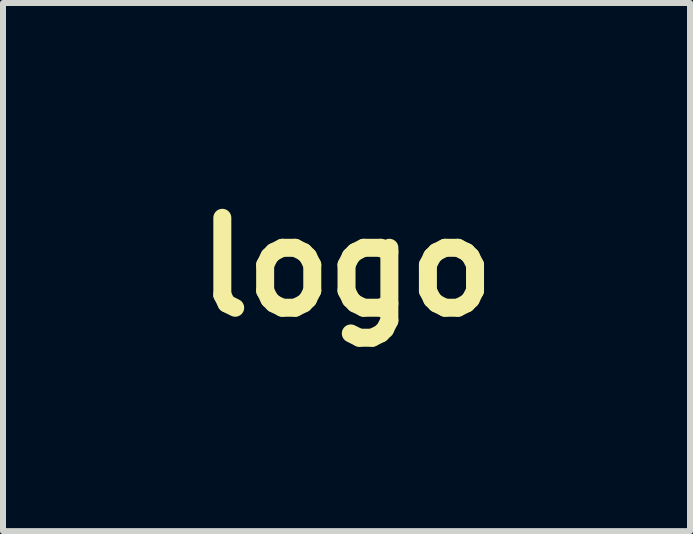
<source format=kicad_pcb>
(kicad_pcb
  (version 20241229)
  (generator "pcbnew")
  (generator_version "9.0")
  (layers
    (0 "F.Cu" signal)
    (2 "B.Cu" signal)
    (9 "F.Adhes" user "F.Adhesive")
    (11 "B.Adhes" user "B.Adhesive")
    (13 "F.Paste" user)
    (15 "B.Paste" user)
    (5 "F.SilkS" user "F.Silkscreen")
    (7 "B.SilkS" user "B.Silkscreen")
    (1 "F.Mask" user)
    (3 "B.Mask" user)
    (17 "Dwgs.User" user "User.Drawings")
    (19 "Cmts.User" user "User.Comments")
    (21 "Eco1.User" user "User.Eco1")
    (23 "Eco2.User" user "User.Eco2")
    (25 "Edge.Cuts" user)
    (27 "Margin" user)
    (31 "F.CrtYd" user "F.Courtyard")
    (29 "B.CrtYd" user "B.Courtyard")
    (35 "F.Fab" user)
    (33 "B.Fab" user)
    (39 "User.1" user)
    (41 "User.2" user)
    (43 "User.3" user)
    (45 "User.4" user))
  (footprint "logo"
    (layer "F.Cu")
    (at 2.729 1.404)
    (property "Reference" "logo" (at 0 0 0) (layer "F.SilkS") (effects (font (size 1.5 1.5) (thickness 0.3))))
    (attr board_only exclude_from_pos_files exclude_from_bom)
    (fp_poly (pts (xy 0.293 0.102) (xy 0.3 0.104) (xy 0.304 0.108) (xy 0.306 0.111) (xy 0.308 0.119) (xy 0.306 0.126) (xy 0.304 0.13) (xy 0.301 0.133) (xy 0.298 0.135) (xy 0.294 0.136) (xy 0.287 0.136) (xy 0.285 0.136) (xy 0.272 0.137) (xy 0.272 0.119) (xy 0.272 0.102) (xy 0.283 0.102)) (stroke (width 0) (type solid)) (fill yes) (layer "F.Mask"))
    (fp_poly (pts (xy 0.42 0.103) (xy 0.429 0.108) (xy 0.434 0.112) (xy 0.439 0.122) (xy 0.441 0.132) (xy 0.44 0.142) (xy 0.438 0.151) (xy 0.433 0.159) (xy 0.426 0.166) (xy 0.418 0.17) (xy 0.41 0.171) (xy 0.403 0.17) (xy 0.394 0.165) (xy 0.387 0.157) (xy 0.383 0.147) (xy 0.381 0.136) (xy 0.381 0.135) (xy 0.383 0.123) (xy 0.387 0.114) (xy 0.394 0.107) (xy 0.402 0.102) (xy 0.41 0.101)) (stroke (width 0) (type solid)) (fill yes) (layer "F.Mask"))
    (fp_poly (pts (xy -0.614 -0.091) (xy -0.604 -0.087) (xy -0.594 -0.08) (xy -0.593 -0.079) (xy -0.586 -0.069) (xy -0.582 -0.058) (xy -0.582 -0.046) (xy -0.584 -0.035) (xy -0.59 -0.024) (xy -0.595 -0.018) (xy -0.605 -0.011) (xy -0.615 -0.008) (xy -0.626 -0.009) (xy -0.631 -0.011) (xy -0.641 -0.016) (xy -0.649 -0.024) (xy -0.654 -0.034) (xy -0.656 -0.045) (xy -0.656 -0.056) (xy -0.653 -0.067) (xy -0.647 -0.077) (xy -0.644 -0.08) (xy -0.635 -0.088) (xy -0.625 -0.091)) (stroke (width 0) (type solid)) (fill yes) (layer "F.Mask"))
    (fp_poly (pts (xy -0.205 -0.199) (xy -0.195 -0.198) (xy -0.186 -0.197) (xy -0.178 -0.196) (xy -0.174 -0.195) (xy -0.173 -0.195) (xy -0.163 -0.189) (xy -0.155 -0.181) (xy -0.15 -0.171) (xy -0.148 -0.159) (xy -0.148 -0.155) (xy -0.151 -0.143) (xy -0.156 -0.134) (xy -0.165 -0.126) (xy -0.167 -0.125) (xy -0.171 -0.123) (xy -0.175 -0.122) (xy -0.18 -0.121) (xy -0.186 -0.12) (xy -0.195 -0.12) (xy -0.203 -0.119) (xy -0.23 -0.119) (xy -0.23 -0.159) (xy -0.23 -0.2)) (stroke (width 0) (type solid)) (fill yes) (layer "F.Mask"))
    (fp_poly (pts (xy 0.351 -0.196) (xy 0.365 -0.19) (xy 0.377 -0.18) (xy 0.386 -0.168) (xy 0.391 -0.159) (xy 0.393 -0.152) (xy 0.395 -0.147) (xy 0.396 -0.142) (xy 0.396 -0.135) (xy 0.397 -0.125) (xy 0.397 -0.125) (xy 0.396 -0.115) (xy 0.396 -0.108) (xy 0.395 -0.103) (xy 0.393 -0.098) (xy 0.392 -0.093) (xy 0.385 -0.081) (xy 0.376 -0.07) (xy 0.366 -0.062) (xy 0.36 -0.057) (xy 0.349 -0.054) (xy 0.337 -0.052) (xy 0.324 -0.052) (xy 0.313 -0.054) (xy 0.312 -0.054) (xy 0.298 -0.06) (xy 0.286 -0.069) (xy 0.277 -0.081) (xy 0.27 -0.095) (xy 0.266 -0.111) (xy 0.265 -0.12) (xy 0.265 -0.138) (xy 0.269 -0.154) (xy 0.275 -0.168) (xy 0.284 -0.18) (xy 0.295 -0.189) (xy 0.308 -0.195) (xy 0.323 -0.199) (xy 0.336 -0.199)) (stroke (width 0) (type solid)) (fill yes) (layer "F.Mask"))
    (fp_poly (pts (xy 0.783 -0.198) (xy 0.792 -0.196) (xy 0.801 -0.192) (xy 0.809 -0.186) (xy 0.815 -0.18) (xy 0.825 -0.168) (xy 0.832 -0.153) (xy 0.836 -0.137) (xy 0.836 -0.119) (xy 0.836 -0.118) (xy 0.833 -0.102) (xy 0.828 -0.087) (xy 0.819 -0.074) (xy 0.808 -0.064) (xy 0.799 -0.057) (xy 0.788 -0.053) (xy 0.775 -0.051) (xy 0.762 -0.052) (xy 0.751 -0.054) (xy 0.744 -0.056) (xy 0.738 -0.059) (xy 0.733 -0.063) (xy 0.726 -0.069) (xy 0.726 -0.069) (xy 0.716 -0.081) (xy 0.709 -0.093) (xy 0.705 -0.106) (xy 0.704 -0.122) (xy 0.704 -0.13) (xy 0.705 -0.139) (xy 0.706 -0.147) (xy 0.707 -0.153) (xy 0.71 -0.16) (xy 0.711 -0.161) (xy 0.718 -0.174) (xy 0.729 -0.184) (xy 0.741 -0.193) (xy 0.742 -0.193) (xy 0.747 -0.196) (xy 0.752 -0.197) (xy 0.758 -0.198) (xy 0.765 -0.198) (xy 0.77 -0.198)) (stroke (width 0) (type solid)) (fill yes) (layer "F.Mask"))
    (fp_poly (pts (xy 1.4 -0.000001) (xy 1.4 1) (xy -0.000001 1) (xy -1.4 1) (xy -1.4 -0.000001) (xy -1.4 -0.038) (xy -0.849 -0.038) (xy -0.848 -0.009) (xy -0.844 0.019) (xy -0.838 0.045) (xy -0.83 0.067) (xy -0.824 0.078) (xy -0.819 0.09) (xy -0.812 0.1) (xy -0.806 0.11) (xy -0.8 0.118) (xy -0.795 0.124) (xy -0.791 0.128) (xy -0.789 0.129) (xy -0.786 0.128) (xy -0.782 0.124) (xy -0.777 0.119) (xy -0.776 0.117) (xy -0.77 0.11) (xy -0.767 0.104) (xy -0.766 0.098) (xy -0.767 0.091) (xy -0.772 0.083) (xy -0.774 0.079) (xy -0.785 0.058) (xy -0.795 0.038) (xy -0.802 0.017) (xy -0.806 -0.003) (xy -0.808 -0.021) (xy -0.808 -0.021) (xy -0.808 -0.027) (xy -0.75 -0.027) (xy -0.693 -0.027) (xy -0.691 -0.02) (xy -0.687 -0.01) (xy -0.681 0.000101) (xy -0.674 0.009) (xy -0.67 0.013) (xy -0.664 0.018) (xy -0.657 0.023) (xy -0.651 0.026) (xy -0.639 0.031) (xy -0.625 0.033) (xy -0.611 0.033) (xy -0.599 0.031) (xy -0.596 0.03) (xy -0.581 0.023) (xy -0.568 0.013) (xy -0.557 0.001) (xy -0.549 -0.014) (xy -0.544 -0.029) (xy -0.542 -0.046) (xy -0.542 -0.063) (xy -0.547 -0.08) (xy -0.551 -0.09) (xy -0.557 -0.101) (xy -0.566 -0.111) (xy -0.576 -0.12) (xy -0.584 -0.125) (xy -0.599 -0.131) (xy -0.615 -0.133) (xy -0.631 -0.132) (xy -0.645 -0.128) (xy -0.659 -0.121) (xy -0.672 -0.111) (xy -0.682 -0.098) (xy -0.689 -0.086) (xy -0.694 -0.074) (xy -0.748 -0.074) (xy -0.764 -0.074) (xy -0.776 -0.074) (xy -0.786 -0.074) (xy -0.793 -0.075) (xy -0.798 -0.076) (xy -0.801 -0.077) (xy -0.802 -0.079) (xy -0.802 -0.082) (xy -0.801 -0.086) (xy -0.799 -0.092) (xy -0.798 -0.095) (xy -0.792 -0.112) (xy -0.785 -0.127) (xy -0.778 -0.141) (xy -0.774 -0.148) (xy -0.758 -0.169) (xy -0.741 -0.188) (xy -0.721 -0.204) (xy -0.7 -0.216) (xy -0.678 -0.226) (xy -0.655 -0.232) (xy -0.631 -0.236) (xy -0.607 -0.236) (xy -0.583 -0.232) (xy -0.559 -0.226) (xy -0.536 -0.216) (xy -0.514 -0.203) (xy -0.505 -0.195) (xy -0.486 -0.178) (xy -0.469 -0.158) (xy -0.455 -0.135) (xy -0.444 -0.111) (xy -0.435 -0.085) (xy -0.432 -0.07) (xy -0.431 -0.061) (xy -0.43 -0.049) (xy -0.43 -0.036) (xy -0.43 -0.023) (xy -0.43 -0.011) (xy -0.431 -0.000491) (xy -0.432 0.003) (xy -0.438 0.028) (xy -0.447 0.052) (xy -0.459 0.074) (xy -0.472 0.093) (xy -0.487 0.11) (xy -0.488 0.111) (xy -0.494 0.115) (xy -0.498 0.119) (xy -0.501 0.121) (xy -0.501 0.121) (xy -0.503 0.12) (xy -0.506 0.117) (xy -0.508 0.115) (xy -0.516 0.107) (xy -0.525 0.103) (xy -0.536 0.102) (xy -0.54 0.102) (xy -0.552 0.104) (xy -0.561 0.109) (xy -0.568 0.117) (xy -0.573 0.128) (xy -0.574 0.132) (xy -0.575 0.14) (xy -0.649 0.141) (xy -0.722 0.142) (xy -0.729 0.148) (xy -0.732 0.152) (xy -0.737 0.157) (xy -0.744 0.165) (xy -0.753 0.173) (xy -0.762 0.183) (xy -0.766 0.187) (xy -0.776 0.198) (xy -0.783 0.205) (xy -0.789 0.211) (xy -0.793 0.215) (xy -0.797 0.218) (xy -0.8 0.22) (xy -0.803 0.221) (xy -0.806 0.222) (xy -0.808 0.222) (xy -0.819 0.226) (xy -0.829 0.233) (xy -0.835 0.242) (xy -0.839 0.253) (xy -0.84 0.261) (xy -0.839 0.273) (xy -0.834 0.283) (xy -0.828 0.292) (xy -0.819 0.297) (xy -0.809 0.3) (xy -0.799 0.3) (xy -0.788 0.297) (xy -0.788 0.296) (xy -0.778 0.289) (xy -0.772 0.281) (xy -0.768 0.27) (xy -0.768 0.266) (xy -0.767 0.254) (xy -0.734 0.22) (xy -0.701 0.186) (xy -0.609 0.185) (xy -0.517 0.185) (xy -0.5 0.175) (xy -0.478 0.162) (xy -0.458 0.145) (xy -0.45 0.136) (xy -0.279 0.136) (xy -0.279 0.188) (xy -0.246 0.188) (xy -0.213 0.188) (xy -0.213 0.178) (xy -0.213 0.168) (xy -0.237 0.168) (xy -0.26 0.168) (xy -0.26 0.156) (xy -0.259 0.144) (xy -0.239 0.143) (xy -0.219 0.142) (xy -0.219 0.136) (xy -0.173 0.136) (xy -0.173 0.188) (xy -0.141 0.188) (xy -0.109 0.188) (xy -0.109 0.178) (xy -0.109 0.168) (xy -0.132 0.168) (xy -0.155 0.168) (xy -0.155 0.136) (xy -0.075 0.136) (xy -0.075 0.188) (xy -0.042 0.188) (xy -0.009 0.188) (xy -0.009 0.178) (xy -0.009 0.168) (xy -0.033 0.168) (xy -0.057 0.168) (xy -0.057 0.155) (xy -0.057 0.143) (xy -0.035 0.143) (xy -0.014 0.143) (xy -0.015 0.136) (xy 0.024 0.136) (xy 0.025 0.15) (xy 0.03 0.163) (xy 0.037 0.174) (xy 0.046 0.183) (xy 0.054 0.187) (xy 0.063 0.189) (xy 0.073 0.189) (xy 0.083 0.188) (xy 0.092 0.186) (xy 0.096 0.184) (xy 0.102 0.18) (xy 0.108 0.175) (xy 0.112 0.171) (xy 0.116 0.167) (xy 0.117 0.164) (xy 0.115 0.163) (xy 0.112 0.16) (xy 0.109 0.158) (xy 0.102 0.153) (xy 0.095 0.16) (xy 0.086 0.167) (xy 0.077 0.171) (xy 0.068 0.171) (xy 0.059 0.168) (xy 0.052 0.162) (xy 0.046 0.153) (xy 0.044 0.147) (xy 0.043 0.135) (xy 0.045 0.123) (xy 0.049 0.113) (xy 0.056 0.106) (xy 0.064 0.103) (xy 0.073 0.101) (xy 0.082 0.103) (xy 0.09 0.107) (xy 0.097 0.113) (xy 0.097 0.114) (xy 0.101 0.119) (xy 0.108 0.114) (xy 0.112 0.11) (xy 0.114 0.107) (xy 0.115 0.106) (xy 0.113 0.104) (xy 0.11 0.099) (xy 0.105 0.095) (xy 0.104 0.094) (xy 0.142 0.094) (xy 0.142 0.104) (xy 0.157 0.104) (xy 0.171 0.104) (xy 0.171 0.146) (xy 0.171 0.188) (xy 0.18 0.188) (xy 0.19 0.188) (xy 0.19 0.146) (xy 0.19 0.136) (xy 0.253 0.136) (xy 0.253 0.188) (xy 0.263 0.188) (xy 0.273 0.188) (xy 0.272 0.171) (xy 0.271 0.154) (xy 0.28 0.154) (xy 0.289 0.154) (xy 0.299 0.171) (xy 0.308 0.188) (xy 0.319 0.188) (xy 0.325 0.187) (xy 0.328 0.187) (xy 0.329 0.185) (xy 0.329 0.185) (xy 0.327 0.182) (xy 0.324 0.177) (xy 0.32 0.171) (xy 0.318 0.166) (xy 0.313 0.158) (xy 0.31 0.153) (xy 0.309 0.149) (xy 0.31 0.149) (xy 0.315 0.146) (xy 0.32 0.14) (xy 0.322 0.136) (xy 0.361 0.136) (xy 0.363 0.15) (xy 0.367 0.163) (xy 0.374 0.173) (xy 0.384 0.182) (xy 0.395 0.187) (xy 0.408 0.189) (xy 0.421 0.188) (xy 0.425 0.187) (xy 0.437 0.182) (xy 0.446 0.175) (xy 0.453 0.165) (xy 0.458 0.153) (xy 0.46 0.14) (xy 0.46 0.136) (xy 0.5 0.136) (xy 0.5 0.188) (xy 0.51 0.188) (xy 0.52 0.188) (xy 0.519 0.155) (xy 0.519 0.145) (xy 0.519 0.135) (xy 0.519 0.128) (xy 0.519 0.124) (xy 0.52 0.123) (xy 0.521 0.124) (xy 0.523 0.127) (xy 0.524 0.129) (xy 0.528 0.134) (xy 0.533 0.141) (xy 0.539 0.15) (xy 0.546 0.159) (xy 0.567 0.188) (xy 0.575 0.188) (xy 0.583 0.188) (xy 0.583 0.136) (xy 0.627 0.136) (xy 0.627 0.188) (xy 0.637 0.188) (xy 0.647 0.188) (xy 0.647 0.136) (xy 0.647 0.135) (xy 0.683 0.135) (xy 0.684 0.147) (xy 0.686 0.157) (xy 0.687 0.159) (xy 0.692 0.168) (xy 0.699 0.176) (xy 0.708 0.183) (xy 0.713 0.186) (xy 0.724 0.189) (xy 0.736 0.189) (xy 0.747 0.187) (xy 0.75 0.186) (xy 0.755 0.184) (xy 0.761 0.18) (xy 0.767 0.175) (xy 0.768 0.174) (xy 0.806 0.174) (xy 0.808 0.177) (xy 0.811 0.18) (xy 0.822 0.186) (xy 0.834 0.189) (xy 0.846 0.19) (xy 0.857 0.187) (xy 0.862 0.185) (xy 0.871 0.179) (xy 0.876 0.17) (xy 0.879 0.161) (xy 0.879 0.159) (xy 0.878 0.15) (xy 0.875 0.143) (xy 0.87 0.137) (xy 0.862 0.132) (xy 0.851 0.128) (xy 0.847 0.126) (xy 0.837 0.122) (xy 0.83 0.119) (xy 0.827 0.115) (xy 0.826 0.111) (xy 0.829 0.106) (xy 0.83 0.104) (xy 0.836 0.101) (xy 0.843 0.1) (xy 0.851 0.101) (xy 0.858 0.104) (xy 0.862 0.108) (xy 0.864 0.11) (xy 0.866 0.11) (xy 0.869 0.107) (xy 0.87 0.106) (xy 0.874 0.101) (xy 0.875 0.098) (xy 0.872 0.094) (xy 0.87 0.091) (xy 0.861 0.085) (xy 0.851 0.082) (xy 0.841 0.082) (xy 0.832 0.084) (xy 0.823 0.087) (xy 0.816 0.093) (xy 0.81 0.1) (xy 0.808 0.109) (xy 0.808 0.112) (xy 0.808 0.12) (xy 0.811 0.127) (xy 0.816 0.132) (xy 0.824 0.137) (xy 0.835 0.142) (xy 0.841 0.145) (xy 0.851 0.149) (xy 0.857 0.153) (xy 0.86 0.157) (xy 0.859 0.162) (xy 0.856 0.167) (xy 0.853 0.17) (xy 0.85 0.172) (xy 0.845 0.172) (xy 0.84 0.172) (xy 0.833 0.17) (xy 0.827 0.168) (xy 0.822 0.164) (xy 0.815 0.158) (xy 0.81 0.164) (xy 0.807 0.17) (xy 0.806 0.174) (xy 0.768 0.174) (xy 0.771 0.17) (xy 0.774 0.167) (xy 0.775 0.165) (xy 0.773 0.163) (xy 0.77 0.16) (xy 0.767 0.158) (xy 0.763 0.155) (xy 0.761 0.154) (xy 0.759 0.155) (xy 0.758 0.156) (xy 0.754 0.161) (xy 0.748 0.166) (xy 0.741 0.169) (xy 0.739 0.17) (xy 0.729 0.171) (xy 0.72 0.168) (xy 0.713 0.163) (xy 0.707 0.155) (xy 0.703 0.146) (xy 0.702 0.136) (xy 0.704 0.125) (xy 0.706 0.119) (xy 0.712 0.11) (xy 0.72 0.104) (xy 0.729 0.102) (xy 0.732 0.102) (xy 0.742 0.103) (xy 0.75 0.108) (xy 0.756 0.114) (xy 0.759 0.119) (xy 0.767 0.113) (xy 0.775 0.107) (xy 0.771 0.101) (xy 0.765 0.094) (xy 0.756 0.088) (xy 0.747 0.084) (xy 0.738 0.082) (xy 0.728 0.083) (xy 0.718 0.084) (xy 0.71 0.087) (xy 0.71 0.087) (xy 0.701 0.094) (xy 0.694 0.102) (xy 0.688 0.111) (xy 0.686 0.114) (xy 0.684 0.124) (xy 0.683 0.135) (xy 0.647 0.135) (xy 0.647 0.084) (xy 0.637 0.084) (xy 0.627 0.084) (xy 0.627 0.136) (xy 0.583 0.136) (xy 0.583 0.084) (xy 0.574 0.084) (xy 0.565 0.084) (xy 0.565 0.118) (xy 0.564 0.151) (xy 0.54 0.118) (xy 0.516 0.084) (xy 0.508 0.084) (xy 0.5 0.084) (xy 0.5 0.136) (xy 0.46 0.136) (xy 0.46 0.127) (xy 0.456 0.114) (xy 0.455 0.111) (xy 0.448 0.099) (xy 0.439 0.09) (xy 0.427 0.085) (xy 0.414 0.082) (xy 0.406 0.082) (xy 0.393 0.085) (xy 0.382 0.091) (xy 0.373 0.1) (xy 0.366 0.111) (xy 0.362 0.125) (xy 0.361 0.136) (xy 0.322 0.136) (xy 0.324 0.133) (xy 0.325 0.13) (xy 0.328 0.119) (xy 0.326 0.108) (xy 0.322 0.099) (xy 0.315 0.091) (xy 0.309 0.088) (xy 0.305 0.086) (xy 0.3 0.085) (xy 0.294 0.084) (xy 0.285 0.084) (xy 0.278 0.084) (xy 0.253 0.084) (xy 0.253 0.136) (xy 0.19 0.136) (xy 0.19 0.104) (xy 0.204 0.104) (xy 0.219 0.104) (xy 0.219 0.094) (xy 0.219 0.084) (xy 0.18 0.084) (xy 0.142 0.084) (xy 0.142 0.094) (xy 0.104 0.094) (xy 0.1 0.09) (xy 0.095 0.087) (xy 0.095 0.087) (xy 0.088 0.084) (xy 0.079 0.083) (xy 0.069 0.083) (xy 0.059 0.084) (xy 0.051 0.087) (xy 0.05 0.087) (xy 0.039 0.096) (xy 0.031 0.106) (xy 0.026 0.119) (xy 0.024 0.134) (xy 0.024 0.136) (xy -0.015 0.136) (xy -0.015 0.135) (xy -0.015 0.126) (xy -0.036 0.127) (xy -0.057 0.127) (xy -0.057 0.115) (xy -0.057 0.104) (xy -0.033 0.104) (xy -0.009 0.104) (xy -0.009 0.094) (xy -0.009 0.084) (xy -0.042 0.084) (xy -0.075 0.084) (xy -0.075 0.136) (xy -0.155 0.136) (xy -0.155 0.126) (xy -0.155 0.084) (xy -0.164 0.084) (xy -0.173 0.084) (xy -0.173 0.136) (xy -0.219 0.136) (xy -0.219 0.134) (xy -0.219 0.126) (xy -0.239 0.126) (xy -0.259 0.126) (xy -0.26 0.115) (xy -0.26 0.104) (xy -0.237 0.104) (xy -0.213 0.104) (xy -0.213 0.094) (xy -0.213 0.084) (xy -0.246 0.084) (xy -0.279 0.084) (xy -0.279 0.136) (xy -0.45 0.136) (xy -0.439 0.125) (xy -0.424 0.102) (xy -0.41 0.077) (xy -0.4 0.05) (xy -0.397 0.041) (xy -0.39 0.014) (xy -0.387 -0.016) (xy -0.387 -0.045) (xy -0.39 -0.075) (xy -0.396 -0.103) (xy -0.399 -0.113) (xy -0.403 -0.126) (xy -0.277 -0.126) (xy -0.277 -0.01) (xy -0.253 -0.01) (xy -0.23 -0.01) (xy -0.23 -0.043) (xy -0.23 -0.076) (xy -0.206 -0.076) (xy -0.187 -0.077) (xy -0.171 -0.079) (xy -0.158 -0.081) (xy -0.147 -0.086) (xy -0.143 -0.088) (xy -0.129 -0.097) (xy -0.118 -0.109) (xy -0.109 -0.123) (xy -0.104 -0.139) (xy -0.102 -0.157) (xy -0.103 -0.166) (xy -0.105 -0.184) (xy -0.111 -0.199) (xy -0.119 -0.213) (xy -0.131 -0.224) (xy -0.144 -0.232) (xy -0.15 -0.235) (xy -0.156 -0.237) (xy -0.163 -0.239) (xy -0.17 -0.24) (xy -0.18 -0.241) (xy -0.191 -0.242) (xy -0.205 -0.242) (xy -0.221 -0.242) (xy -0.228 -0.242) (xy -0.277 -0.242) (xy -0.056 -0.242) (xy -0.056 -0.126) (xy -0.056 -0.01) (xy -0.032 -0.01) (xy -0.009 -0.01) (xy -0.009 -0.126) (xy 0.054 -0.126) (xy 0.054 -0.01) (xy 0.125 -0.01) (xy 0.196 -0.01) (xy 0.196 -0.031) (xy 0.196 -0.053) (xy 0.148 -0.053) (xy 0.1 -0.053) (xy 0.1 -0.121) (xy 0.217 -0.121) (xy 0.219 -0.101) (xy 0.224 -0.082) (xy 0.232 -0.064) (xy 0.242 -0.048) (xy 0.254 -0.033) (xy 0.269 -0.022) (xy 0.285 -0.013) (xy 0.302 -0.008) (xy 0.322 -0.005) (xy 0.341 -0.005) (xy 0.361 -0.008) (xy 0.369 -0.011) (xy 0.387 -0.019) (xy 0.403 -0.03) (xy 0.416 -0.043) (xy 0.428 -0.059) (xy 0.436 -0.077) (xy 0.442 -0.096) (xy 0.445 -0.117) (xy 0.444 -0.126) (xy 0.491 -0.126) (xy 0.491 -0.01) (xy 0.563 -0.01) (xy 0.634 -0.01) (xy 0.634 -0.031) (xy 0.634 -0.053) (xy 0.586 -0.053) (xy 0.538 -0.053) (xy 0.538 -0.131) (xy 0.657 -0.131) (xy 0.657 -0.109) (xy 0.661 -0.088) (xy 0.668 -0.069) (xy 0.679 -0.051) (xy 0.688 -0.04) (xy 0.703 -0.026) (xy 0.72 -0.016) (xy 0.739 -0.009) (xy 0.758 -0.005) (xy 0.779 -0.005) (xy 0.794 -0.007) (xy 0.803 -0.009) (xy 0.813 -0.013) (xy 0.822 -0.017) (xy 0.824 -0.018) (xy 0.84 -0.029) (xy 0.855 -0.042) (xy 0.866 -0.058) (xy 0.875 -0.076) (xy 0.881 -0.095) (xy 0.884 -0.116) (xy 0.884 -0.124) (xy 0.883 -0.146) (xy 0.878 -0.167) (xy 0.87 -0.185) (xy 0.859 -0.202) (xy 0.851 -0.211) (xy 0.836 -0.225) (xy 0.819 -0.236) (xy 0.801 -0.242) (xy 0.781 -0.246) (xy 0.772 -0.246) (xy 0.75 -0.244) (xy 0.731 -0.239) (xy 0.713 -0.231) (xy 0.697 -0.22) (xy 0.684 -0.206) (xy 0.673 -0.19) (xy 0.665 -0.171) (xy 0.659 -0.15) (xy 0.657 -0.131) (xy 0.538 -0.131) (xy 0.538 -0.147) (xy 0.538 -0.242) (xy 0.515 -0.242) (xy 0.491 -0.242) (xy 0.491 -0.126) (xy 0.444 -0.126) (xy 0.444 -0.138) (xy 0.442 -0.153) (xy 0.436 -0.173) (xy 0.428 -0.191) (xy 0.416 -0.207) (xy 0.402 -0.221) (xy 0.386 -0.232) (xy 0.369 -0.24) (xy 0.358 -0.243) (xy 0.339 -0.246) (xy 0.319 -0.245) (xy 0.299 -0.242) (xy 0.281 -0.235) (xy 0.277 -0.233) (xy 0.264 -0.224) (xy 0.251 -0.213) (xy 0.24 -0.199) (xy 0.231 -0.185) (xy 0.229 -0.181) (xy 0.222 -0.162) (xy 0.218 -0.141) (xy 0.217 -0.121) (xy 0.1 -0.121) (xy 0.1 -0.147) (xy 0.1 -0.242) (xy 0.077 -0.242) (xy 0.054 -0.242) (xy 0.054 -0.126) (xy -0.009 -0.126) (xy -0.009 -0.242) (xy -0.032 -0.242) (xy -0.056 -0.242) (xy -0.277 -0.242) (xy -0.277 -0.126) (xy -0.403 -0.126) (xy -0.408 -0.139) (xy -0.42 -0.163) (xy -0.435 -0.186) (xy -0.453 -0.207) (xy -0.457 -0.211) (xy -0.479 -0.232) (xy -0.504 -0.249) (xy -0.53 -0.263) (xy -0.557 -0.273) (xy -0.571 -0.277) (xy -0.581 -0.278) (xy -0.594 -0.28) (xy -0.609 -0.281) (xy -0.624 -0.281) (xy -0.638 -0.281) (xy -0.65 -0.28) (xy -0.653 -0.279) (xy -0.68 -0.274) (xy -0.706 -0.264) (xy -0.731 -0.252) (xy -0.753 -0.236) (xy -0.774 -0.218) (xy -0.793 -0.197) (xy -0.81 -0.175) (xy -0.824 -0.15) (xy -0.835 -0.124) (xy -0.843 -0.096) (xy -0.848 -0.067) (xy -0.848 -0.067) (xy -0.849 -0.038) (xy -1.4 -0.038) (xy -1.4 -1) (xy -0.000001 -1) (xy 1.4 -1)) (stroke (width 0) (type solid)) (fill yes) (layer "F.Mask")))
  (gr_rect
    (start -3 -3)
    (end 8.457 5.808)
    (stroke (width 0.1) (type default))
    (fill no)
    (layer "Edge.Cuts")))
</source>
